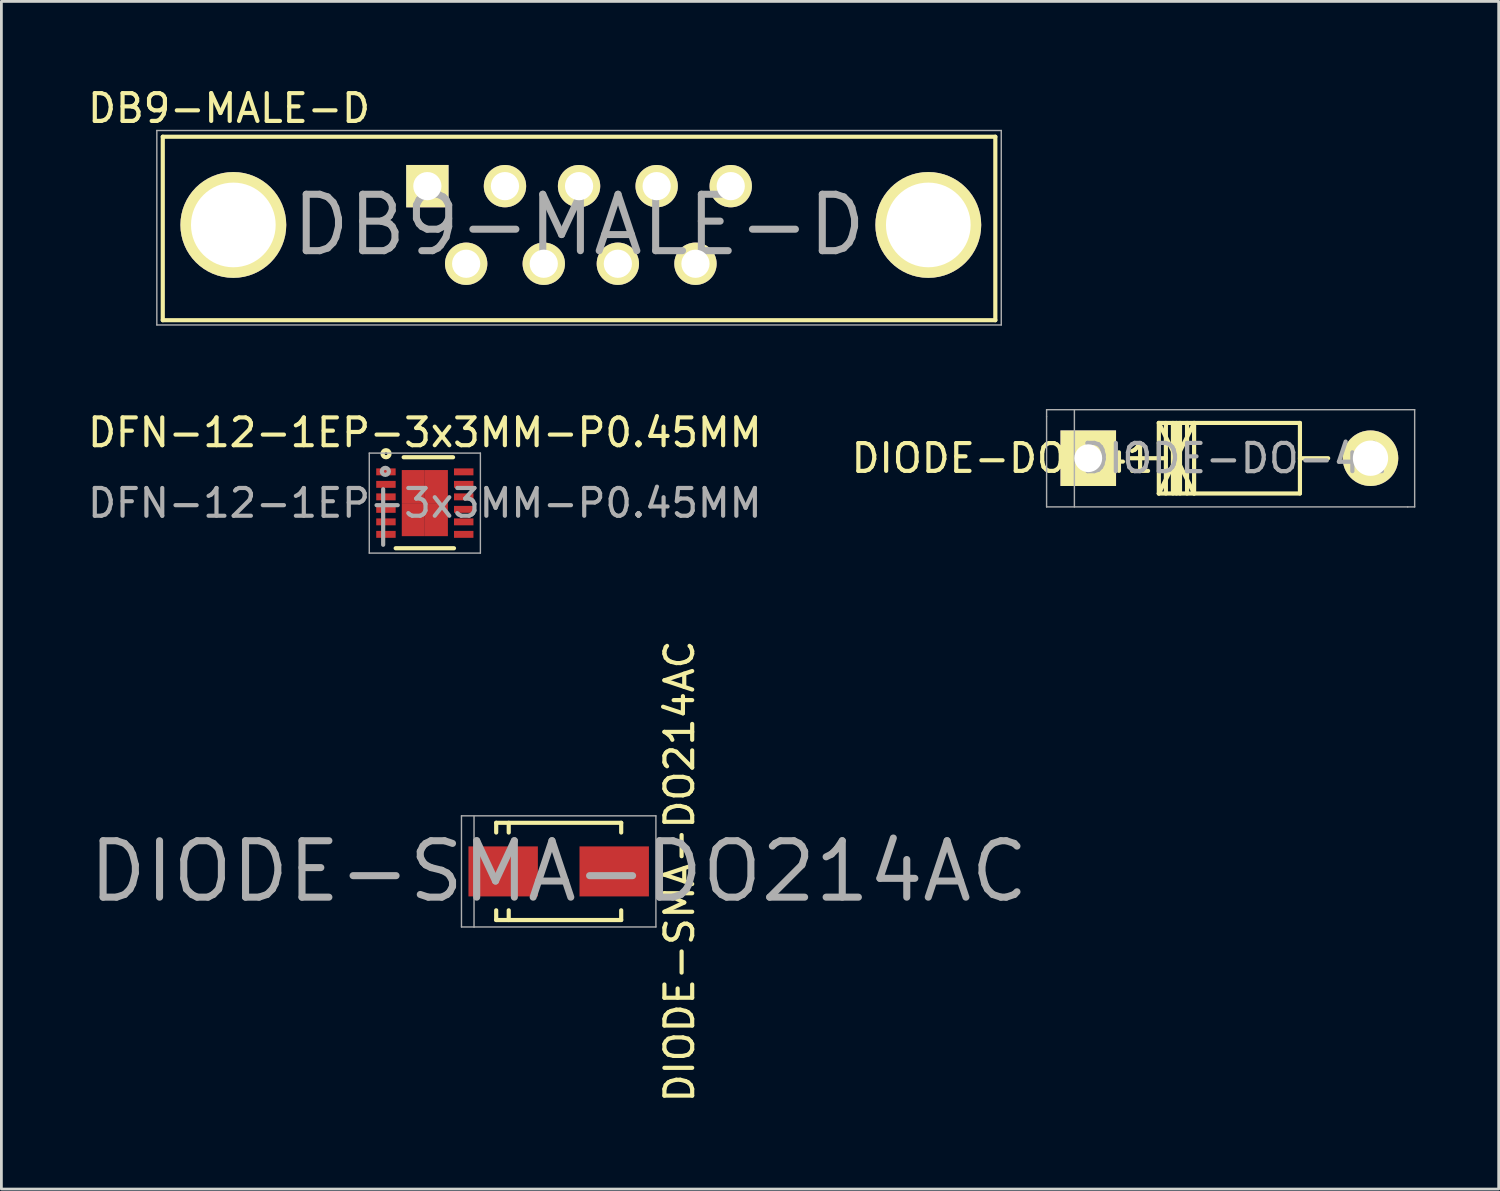
<source format=kicad_pcb>
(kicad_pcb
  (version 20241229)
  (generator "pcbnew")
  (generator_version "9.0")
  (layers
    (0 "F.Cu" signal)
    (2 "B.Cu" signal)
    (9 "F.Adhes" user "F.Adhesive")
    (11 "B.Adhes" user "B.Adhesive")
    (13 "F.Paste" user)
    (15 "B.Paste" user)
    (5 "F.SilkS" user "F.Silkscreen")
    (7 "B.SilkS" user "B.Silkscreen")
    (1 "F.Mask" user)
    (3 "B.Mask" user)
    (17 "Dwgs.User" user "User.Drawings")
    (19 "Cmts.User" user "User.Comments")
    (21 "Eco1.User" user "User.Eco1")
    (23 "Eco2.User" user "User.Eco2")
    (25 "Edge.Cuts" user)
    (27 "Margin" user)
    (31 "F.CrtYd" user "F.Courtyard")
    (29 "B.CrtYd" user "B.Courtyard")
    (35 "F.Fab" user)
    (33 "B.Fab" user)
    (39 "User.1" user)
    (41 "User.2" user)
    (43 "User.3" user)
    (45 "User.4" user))
  (footprint "DFN-12-1EP-3x3MM-P0.45MM"
    (layer "F.Cu")
    (at 12.244 15.062)
    (property "Reference" "DFN-12-1EP-3x3MM-P0.45MM" (at 0 0 0) (layer "F.Fab") (effects (font (size 1 1) (thickness 0.15))))
    (attr smd)
    (fp_line (start -1.05 1.625) (end 1.05 1.625) (stroke (width 0.15) (type solid)) (layer "F.SilkS"))
    (fp_line (start -0.762 -1.651) (end 1.016 -1.651) (stroke (width 0.15) (type solid)) (layer "F.SilkS"))
    (fp_circle (center -1.397 -1.778) (end -1.27 -1.778) (stroke (width 0.152) (type solid)) (fill no) (layer "F.SilkS"))
    (fp_line (start -2 -1.8) (end -2 1.8) (stroke (width 0.05) (type solid)) (layer "F.Fab"))
    (fp_line (start -2 -1.8) (end 2 -1.8) (stroke (width 0.05) (type solid)) (layer "F.Fab"))
    (fp_line (start -2 1.8) (end 2 1.8) (stroke (width 0.05) (type solid)) (layer "F.Fab"))
    (fp_line (start -1.5 1.5) (end -1.5 -0.5) (stroke (width 0.15) (type solid)) (layer "F.Fab"))
    (fp_line (start 2 -1.8) (end 2 1.8) (stroke (width 0.05) (type solid)) (layer "F.Fab"))
    (fp_circle (center -1.422 -1.143) (end -1.295 -1.143) (stroke (width 0.152) (type solid)) (fill no) (layer "F.Fab"))
    (fp_text user "${REFERENCE}" (at 0 -2.54 0) (layer "F.SilkS") (effects (font (size 1 1) (thickness 0.15))))
    (pad "1" smd rect (at -1.4 -1.125) (size 0.7 0.25) (layers "F.Cu" "F.Mask" "F.Paste"))
    (pad "2" smd rect (at -1.4 -0.675) (size 0.7 0.25) (layers "F.Cu" "F.Mask" "F.Paste"))
    (pad "3" smd rect (at -1.4 -0.225) (size 0.7 0.25) (layers "F.Cu" "F.Mask" "F.Paste"))
    (pad "4" smd rect (at -1.4 0.225) (size 0.7 0.25) (layers "F.Cu" "F.Mask" "F.Paste"))
    (pad "5" smd rect (at -1.4 0.675) (size 0.7 0.25) (layers "F.Cu" "F.Mask" "F.Paste"))
    (pad "6" smd rect (at -1.4 1.125) (size 0.7 0.25) (layers "F.Cu" "F.Mask" "F.Paste"))
    (pad "7" smd rect (at 1.4 1.125) (size 0.7 0.25) (layers "F.Cu" "F.Mask" "F.Paste"))
    (pad "8" smd rect (at 1.4 0.675) (size 0.7 0.25) (layers "F.Cu" "F.Mask" "F.Paste"))
    (pad "9" smd rect (at 1.4 0.225) (size 0.7 0.25) (layers "F.Cu" "F.Mask" "F.Paste"))
    (pad "10" smd rect (at 1.4 -0.225) (size 0.7 0.25) (layers "F.Cu" "F.Mask" "F.Paste"))
    (pad "11" smd rect (at 1.4 -0.675) (size 0.7 0.25) (layers "F.Cu" "F.Mask" "F.Paste"))
    (pad "12" smd rect (at 1.4 -1.125) (size 0.7 0.25) (layers "F.Cu" "F.Mask" "F.Paste"))
    (pad "13" smd rect (at -0.415 -0.595) (size 0.83 1.19) (layers "F.Cu" "F.Mask" "F.Paste"))
    (pad "13" smd rect (at -0.415 0.595) (size 0.83 1.19) (layers "F.Cu" "F.Mask" "F.Paste"))
    (pad "13" smd rect (at 0.415 -0.595) (size 0.83 1.19) (layers "F.Cu" "F.Mask" "F.Paste"))
    (pad "13" smd rect (at 0.415 0.595) (size 0.83 1.19) (layers "F.Cu" "F.Mask" "F.Paste")))
  (footprint "DIODE-SMA-DO214AC"
    (layer "F.Cu")
    (at 17.063 28.321)
    (property "Reference" "DIODE-SMA-DO214AC" (at 0 0 0) (layer "F.Fab") (effects (font (size 2.032 2.032) (thickness 0.254))))
    (attr smd)
    (fp_line (start -2.25 -1.75) (end -2.25 -1.4) (stroke (width 0.15) (type solid)) (layer "F.SilkS"))
    (fp_line (start -2.25 -1.75) (end 2.25 -1.75) (stroke (width 0.15) (type solid)) (layer "F.SilkS"))
    (fp_line (start -2.25 1.75) (end -2.25 1.4) (stroke (width 0.15) (type solid)) (layer "F.SilkS"))
    (fp_line (start -2.25 1.75) (end 2.25 1.75) (stroke (width 0.15) (type solid)) (layer "F.SilkS"))
    (fp_line (start -1.799 -1.75) (end -1.799 -1.4) (stroke (width 0.15) (type solid)) (layer "F.SilkS"))
    (fp_line (start -1.799 1.75) (end -1.799 1.4) (stroke (width 0.15) (type solid)) (layer "F.SilkS"))
    (fp_line (start 2.25 -1.75) (end 2.25 -1.4) (stroke (width 0.15) (type solid)) (layer "F.SilkS"))
    (fp_line (start 2.25 1.75) (end 2.25 1.4) (stroke (width 0.15) (type solid)) (layer "F.SilkS"))
    (fp_line (start -3.5 -2) (end 3.5 -2) (stroke (width 0.05) (type solid)) (layer "F.Fab"))
    (fp_line (start -3.5 2) (end -3.5 -2) (stroke (width 0.05) (type solid)) (layer "F.Fab"))
    (fp_line (start -3.048 -1.981) (end -3.048 2.007) (stroke (width 0.051) (type solid)) (layer "F.Fab"))
    (fp_line (start 3.5 -2) (end 3.5 2) (stroke (width 0.05) (type solid)) (layer "F.Fab"))
    (fp_line (start 3.5 2) (end -3.5 2) (stroke (width 0.05) (type solid)) (layer "F.Fab"))
    (fp_text user "${REFERENCE}" (at 4.351 0 90) (layer "F.SilkS") (effects (font (size 1 1) (thickness 0.15))))
    (pad "1" smd rect (at -1.999 0) (size 2.499 1.801) (layers "F.Cu" "F.Mask" "F.Paste"))
    (pad "2" smd rect (at 1.999 0) (size 2.499 1.801) (layers "F.Cu" "F.Mask" "F.Paste")))
  (footprint "DB9-MALE-D"
    (layer "F.Cu")
    (at 17.796 5.048)
    (property "Reference" "DB9-MALE-D" (at 0 0 0) (layer "F.Fab") (effects (font (size 2.032 2.032) (thickness 0.254))))
    (attr smd)
    (fp_line (start -14.986 -3.175) (end -14.986 3.429) (stroke (width 0.15) (type solid)) (layer "F.SilkS"))
    (fp_line (start -14.986 3.429) (end 14.986 3.429) (stroke (width 0.15) (type solid)) (layer "F.SilkS"))
    (fp_line (start 14.986 -3.175) (end -14.986 -3.175) (stroke (width 0.15) (type solid)) (layer "F.SilkS"))
    (fp_line (start 14.986 3.429) (end 14.986 -3.175) (stroke (width 0.15) (type solid)) (layer "F.SilkS"))
    (fp_line (start -15.2 -3.4) (end -15.2 3.6) (stroke (width 0.051) (type solid)) (layer "F.Fab"))
    (fp_line (start -15.2 3.6) (end 15.2 3.6) (stroke (width 0.051) (type solid)) (layer "F.Fab"))
    (fp_line (start 15.2 -3.4) (end -15.2 -3.4) (stroke (width 0.051) (type solid)) (layer "F.Fab"))
    (fp_line (start 15.2 3.6) (end 15.2 -3.4) (stroke (width 0.051) (type solid)) (layer "F.Fab"))
    (fp_text user "${REFERENCE}" (at -12.6 -4.2 0) (layer "F.SilkS") (effects (font (size 1 1) (thickness 0.15))))
    (pad "0" thru_hole circle (at -12.446 0) (size 3.81 3.81) (drill 3.048) (layers "*.Cu" "*.Mask" "F.SilkS"))
    (pad "0" thru_hole circle (at 12.573 0) (size 3.81 3.81) (drill 3.048) (layers "*.Cu" "*.Mask" "F.SilkS"))
    (pad "1" thru_hole rect (at -5.461 -1.397) (size 1.524 1.524) (drill 1.016) (layers "*.Cu" "*.Mask" "F.SilkS"))
    (pad "2" thru_hole circle (at -2.667 -1.397) (size 1.524 1.524) (drill 1.016) (layers "*.Cu" "*.Mask" "F.SilkS"))
    (pad "3" thru_hole circle (at 0 -1.397) (size 1.524 1.524) (drill 1.016) (layers "*.Cu" "*.Mask" "F.SilkS"))
    (pad "4" thru_hole circle (at 2.794 -1.397) (size 1.524 1.524) (drill 1.016) (layers "*.Cu" "*.Mask" "F.SilkS"))
    (pad "5" thru_hole circle (at 5.461 -1.397) (size 1.524 1.524) (drill 1.016) (layers "*.Cu" "*.Mask" "F.SilkS"))
    (pad "6" thru_hole circle (at -4.064 1.397) (size 1.524 1.524) (drill 1.016) (layers "*.Cu" "*.Mask" "F.SilkS"))
    (pad "7" thru_hole circle (at -1.27 1.397) (size 1.524 1.524) (drill 1.016) (layers "*.Cu" "*.Mask" "F.SilkS"))
    (pad "8" thru_hole circle (at 1.397 1.397) (size 1.524 1.524) (drill 1.016) (layers "*.Cu" "*.Mask" "F.SilkS"))
    (pad "9" thru_hole circle (at 4.191 1.397) (size 1.524 1.524) (drill 1.016) (layers "*.Cu" "*.Mask" "F.SilkS")))
  (footprint "DIODE-DO-41"
    (layer "F.Cu")
    (at 36.128 13.449)
    (property "Reference" "DIODE-DO-41" (at 5.25 0 0) (layer "F.Fab") (effects (font (size 1.016 1.016) (thickness 0.152))))
    (attr smd)
    (fp_line (start 2.54 -1.273) (end 3.81 1.267) (stroke (width 0.15) (type solid)) (layer "F.SilkS"))
    (fp_line (start 2.54 -1.273) (end 7.62 -1.273) (stroke (width 0.15) (type solid)) (layer "F.SilkS"))
    (fp_line (start 2.54 1.267) (end 2.54 -1.273) (stroke (width 0.15) (type solid)) (layer "F.SilkS"))
    (fp_line (start 2.794 -1.273) (end 2.794 1.267) (stroke (width 0.15) (type solid)) (layer "F.SilkS"))
    (fp_line (start 2.794 -0.003) (end 1.524 -0.003) (stroke (width 0.15) (type solid)) (layer "F.SilkS"))
    (fp_line (start 3.048 -1.273) (end 3.048 1.267) (stroke (width 0.15) (type solid)) (layer "F.SilkS"))
    (fp_line (start 3.175 -1.273) (end 3.175 1.267) (stroke (width 0.15) (type solid)) (layer "F.SilkS"))
    (fp_line (start 3.302 -1.273) (end 3.302 1.267) (stroke (width 0.15) (type solid)) (layer "F.SilkS"))
    (fp_line (start 3.556 -1.273) (end 3.556 1.267) (stroke (width 0.15) (type solid)) (layer "F.SilkS"))
    (fp_line (start 3.81 -1.273) (end 2.54 1.267) (stroke (width 0.15) (type solid)) (layer "F.SilkS"))
    (fp_line (start 3.81 -1.273) (end 3.81 1.267) (stroke (width 0.15) (type solid)) (layer "F.SilkS"))
    (fp_line (start 7.62 -1.273) (end 7.62 1.267) (stroke (width 0.15) (type solid)) (layer "F.SilkS"))
    (fp_line (start 7.62 -0.003) (end 8.636 -0.003) (stroke (width 0.15) (type solid)) (layer "F.SilkS"))
    (fp_line (start 7.62 1.267) (end 2.54 1.267) (stroke (width 0.15) (type solid)) (layer "F.SilkS"))
    (fp_line (start -1.5 -1.75) (end -1.5 -1.5) (stroke (width 0.051) (type solid)) (layer "F.Fab"))
    (fp_line (start -1.5 -1.5) (end -1.5 1.75) (stroke (width 0.051) (type solid)) (layer "F.Fab"))
    (fp_line (start -1.5 1.75) (end 11.5 1.75) (stroke (width 0.051) (type solid)) (layer "F.Fab"))
    (fp_line (start -0.5 -1.75) (end -0.5 1.75) (stroke (width 0.051) (type solid)) (layer "F.Fab"))
    (fp_line (start 11.5 1.75) (end 11.75 1.75) (stroke (width 0.051) (type solid)) (layer "F.Fab"))
    (fp_line (start 11.75 -1.75) (end -1.5 -1.75) (stroke (width 0.051) (type solid)) (layer "F.Fab"))
    (fp_line (start 11.75 1.75) (end 11.75 -1.75) (stroke (width 0.051) (type solid)) (layer "F.Fab"))
    (fp_text user "${REFERENCE}" (at -3.086 -0.003 0) (layer "F.SilkS") (effects (font (size 1 1) (thickness 0.15))))
    (pad "1" thru_hole rect (at 0 -0.003 180) (size 1.999 1.999) (drill 1.001) (layers "*.Cu" "*.Mask" "F.SilkS"))
    (pad "2" thru_hole circle (at 10.16 -0.003 180) (size 1.999 1.999) (drill 1.27) (layers "*.Cu" "*.Mask" "F.SilkS")))
  (gr_rect
    (start -3 -3)
    (end 50.903 39.756)
    (stroke (width 0.1) (type default))
    (fill no)
    (layer "Edge.Cuts")))
</source>
